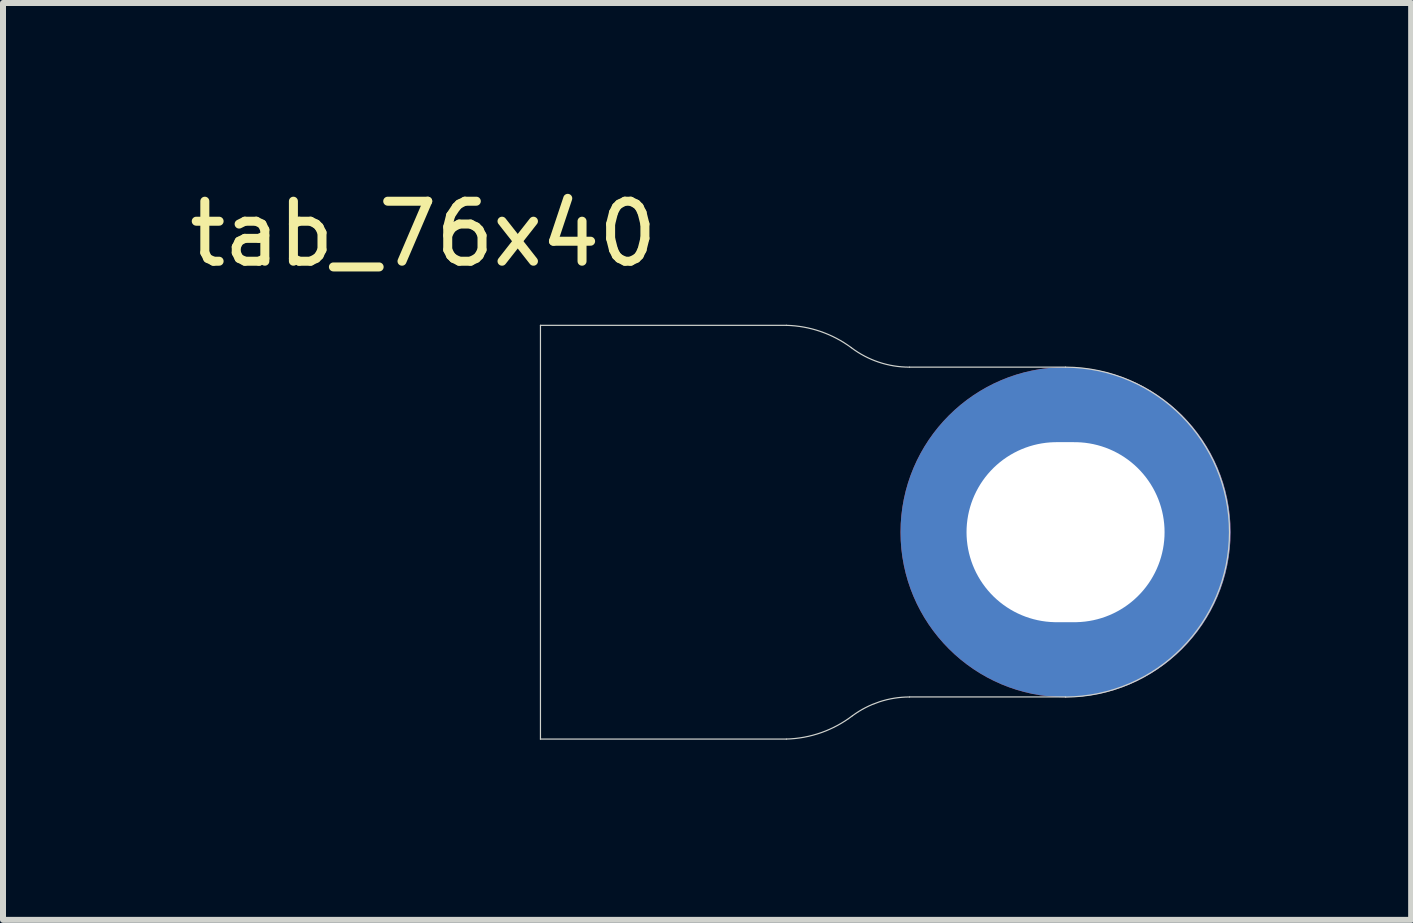
<source format=kicad_pcb>
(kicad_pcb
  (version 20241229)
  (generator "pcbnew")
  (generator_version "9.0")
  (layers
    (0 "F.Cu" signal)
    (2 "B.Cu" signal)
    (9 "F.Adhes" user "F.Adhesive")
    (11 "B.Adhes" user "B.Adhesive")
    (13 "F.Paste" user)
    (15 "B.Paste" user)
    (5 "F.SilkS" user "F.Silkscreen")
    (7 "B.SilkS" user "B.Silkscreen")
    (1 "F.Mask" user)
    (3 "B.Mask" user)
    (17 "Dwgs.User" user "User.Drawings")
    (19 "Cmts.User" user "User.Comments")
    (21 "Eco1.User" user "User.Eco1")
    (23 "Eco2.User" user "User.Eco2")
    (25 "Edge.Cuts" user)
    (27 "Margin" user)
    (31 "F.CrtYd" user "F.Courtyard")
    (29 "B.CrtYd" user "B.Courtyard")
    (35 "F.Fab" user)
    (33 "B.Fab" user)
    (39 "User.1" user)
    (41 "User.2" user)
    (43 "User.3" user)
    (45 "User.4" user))
  (footprint "tab_76x40"
    (layer "F.Cu")
    (at 14.706 5.818)
    (property "Reference" "tab_76x40" (at -10.7 -4.97 0) (layer "F.SilkS") (effects (font (size 1 1) (thickness 0.15))))
    (attr through_hole)
    (fp_line (start -8.75 -3.447) (end -8.75 3.45) (stroke (width 0.02) (type solid)) (layer "Edge.Cuts"))
    (fp_line (start -8.75 3.448) (end -4.652 3.448) (stroke (width 0.02) (type solid)) (layer "Edge.Cuts"))
    (fp_line (start -4.652 -3.447) (end -8.75 -3.447) (stroke (width 0.02) (type solid)) (layer "Edge.Cuts"))
    (fp_line (start -2.6 2.746) (end 0 2.746) (stroke (width 0.02) (type solid)) (layer "Edge.Cuts"))
    (fp_line (start 0 -2.75) (end -2.6 -2.75) (stroke (width 0.02) (type solid)) (layer "Edge.Cuts"))
    (fp_arc (start -4.652118 -3.446725) (mid -4.082266 -3.344283) (end -3.570002 -3.074448) (stroke (width 0.02) (type solid)) (layer "Edge.Cuts"))
    (fp_arc (start -3.55 3.058063) (mid -4.069925 3.340058) (end -4.651552 3.447548) (stroke (width 0.02) (type solid)) (layer "Edge.Cuts"))
    (fp_arc (start -3.55 3.058063) (mid -3.099921 2.826249) (end -2.6 2.746322) (stroke (width 0.02) (type solid)) (layer "Edge.Cuts"))
    (fp_arc (start -2.6 -2.75) (mid -3.111587 -2.832738) (end -3.570002 -3.074448) (stroke (width 0.02) (type solid)) (layer "Edge.Cuts"))
    (fp_arc (start 0 -2.75) (mid 2.748774 -0.001226) (end 0 2.747548) (stroke (width 0.02) (type solid)) (layer "Edge.Cuts"))
    (pad "1" thru_hole circle (at 0 0) (size 5.5 5.5) (drill oval 3.3 3) (layers "*.Cu" "*.Mask")))
  (gr_rect
    (start -3 -3)
    (end 20.465 12.278)
    (stroke (width 0.1) (type default))
    (fill no)
    (layer "Edge.Cuts")))
</source>
